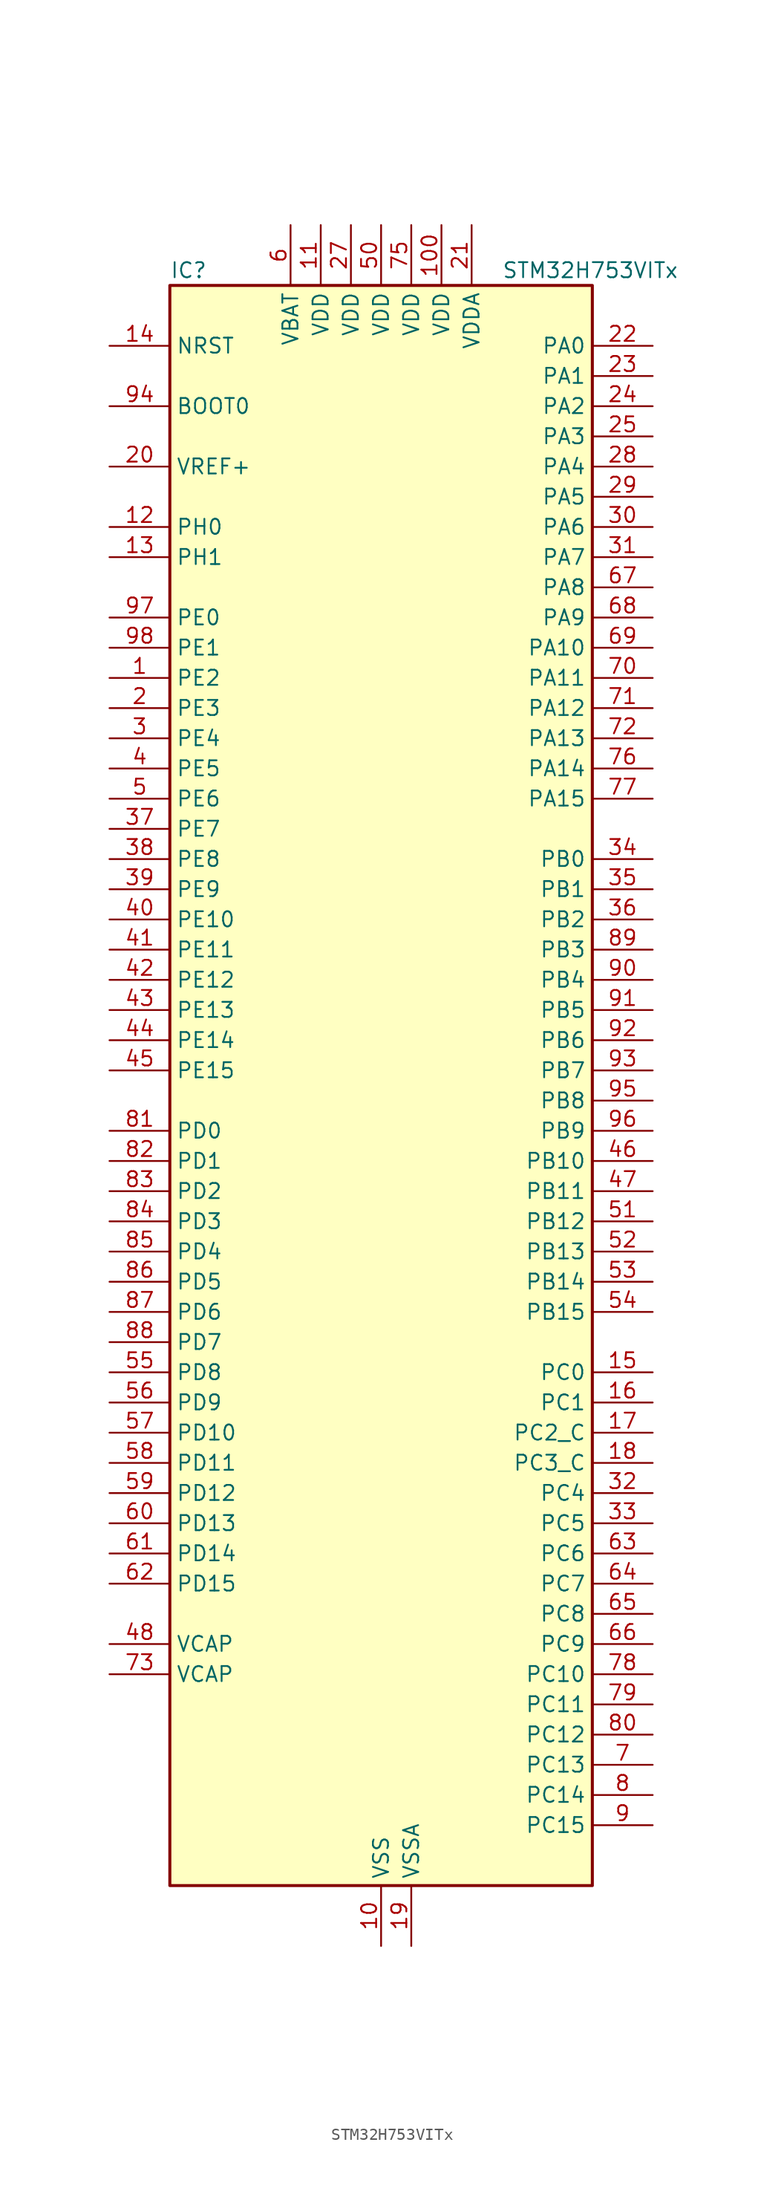
<source format=kicad_sym>
(kicad_symbol_lib
  (version 20231120)
  (generator "kicad_symbol_editor")
  (generator_version "8.0")
  (symbol "STM32H753VITx"
    (property "Reference" "IC"
      (at -17.78 69.85 0)
      (effects (font (size 1.27 1.27)) (justify left)))
    (property "Value" "STM32H753VITx"
      (at 10.16 69.85 0)
      (effects (font (size 1.27 1.27)) (justify left)))
    (symbol "STM32H753VITx_0_1"
      (rectangle (start -17.78 -66.04) (end 17.78 68.58) (stroke (width 0.254) (type default)) (fill (type background))))
    (symbol "STM32H753VITx_1_1"
      (pin bidirectional line (at -22.86 35.56 0) (length 5.08) (name "PE2" (effects (font (size 1.27 1.27)))) (number "1" (effects (font (size 1.27 1.27)))) (alternate "DEBUG_TRACECLK" bidirectional line) (alternate "ETH_TXD3" bidirectional line) (alternate "FMC_A23" bidirectional line) (alternate "QUADSPI_BK1_IO2" bidirectional line) (alternate "SAI1_CK1" bidirectional line) (alternate "SAI1_MCLK_A" bidirectional line) (alternate "SAI4_CK1" bidirectional line) (alternate "SAI4_MCLK_A" bidirectional line) (alternate "SPI4_SCK" bidirectional line))
      (pin power_in line (at 0 -71.12 90) (length 5.08) (name "VSS" (effects (font (size 1.27 1.27)))) (number "10" (effects (font (size 1.27 1.27)))))
      (pin power_in line (at 5.08 73.66 270) (length 5.08) (name "VDD" (effects (font (size 1.27 1.27)))) (number "100" (effects (font (size 1.27 1.27)))))
      (pin power_in line (at -5.08 73.66 270) (length 5.08) (name "VDD" (effects (font (size 1.27 1.27)))) (number "11" (effects (font (size 1.27 1.27)))))
      (pin bidirectional line (at -22.86 48.26 0) (length 5.08) (name "PH0" (effects (font (size 1.27 1.27)))) (number "12" (effects (font (size 1.27 1.27)))) (alternate "RCC_OSC_IN" bidirectional line))
      (pin bidirectional line (at -22.86 45.72 0) (length 5.08) (name "PH1" (effects (font (size 1.27 1.27)))) (number "13" (effects (font (size 1.27 1.27)))) (alternate "RCC_OSC_OUT" bidirectional line))
      (pin input line (at -22.86 63.5 0) (length 5.08) (name "NRST" (effects (font (size 1.27 1.27)))) (number "14" (effects (font (size 1.27 1.27)))))
      (pin bidirectional line (at 22.86 -22.86 180) (length 5.08) (name "PC0" (effects (font (size 1.27 1.27)))) (number "15" (effects (font (size 1.27 1.27)))) (alternate "ADC1_INP10" bidirectional line) (alternate "ADC2_INP10" bidirectional line) (alternate "ADC3_INP10" bidirectional line) (alternate "DFSDM1_CKIN0" bidirectional line) (alternate "DFSDM1_DATIN4" bidirectional line) (alternate "FMC_SDNWE" bidirectional line) (alternate "LTDC_R5" bidirectional line) (alternate "SAI2_FS_B" bidirectional line) (alternate "USB_OTG_HS_ULPI_STP" bidirectional line))
      (pin bidirectional line (at 22.86 -25.4 180) (length 5.08) (name "PC1" (effects (font (size 1.27 1.27)))) (number "16" (effects (font (size 1.27 1.27)))) (alternate "ADC1_INN10" bidirectional line) (alternate "ADC1_INP11" bidirectional line) (alternate "ADC2_INN10" bidirectional line) (alternate "ADC2_INP11" bidirectional line) (alternate "ADC3_INN10" bidirectional line) (alternate "ADC3_INP11" bidirectional line) (alternate "DEBUG_TRACED0" bidirectional line) (alternate "DFSDM1_CKIN4" bidirectional line) (alternate "DFSDM1_DATIN0" bidirectional line) (alternate "ETH_MDC" bidirectional line) (alternate "I2S2_SDO" bidirectional line) (alternate "MDIOS_MDC" bidirectional line) (alternate "PWR_WKUP6" bidirectional line) (alternate "RTC_TAMP3" bidirectional line) (alternate "SAI1_D1" bidirectional line) (alternate "SAI1_SD_A" bidirectional line) (alternate "SAI4_D1" bidirectional line) (alternate "SAI4_SD_A" bidirectional line) (alternate "SDMMC2_CK" bidirectional line) (alternate "SPI2_MOSI" bidirectional line))
      (pin bidirectional line (at 22.86 -27.94 180) (length 5.08) (name "PC2_C" (effects (font (size 1.27 1.27)))) (number "17" (effects (font (size 1.27 1.27)))) (alternate "ADC3_INN1" bidirectional line) (alternate "ADC3_INP0" bidirectional line) (alternate "DFSDM1_CKIN1" bidirectional line) (alternate "DFSDM1_CKOUT" bidirectional line) (alternate "ETH_TXD2" bidirectional line) (alternate "FMC_SDNE0" bidirectional line) (alternate "I2S2_SDI" bidirectional line) (alternate "PWR_CSTOP" bidirectional line) (alternate "SPI2_MISO" bidirectional line) (alternate "USB_OTG_HS_ULPI_DIR" bidirectional line))
      (pin bidirectional line (at 22.86 -30.48 180) (length 5.08) (name "PC3_C" (effects (font (size 1.27 1.27)))) (number "18" (effects (font (size 1.27 1.27)))) (alternate "ADC3_INP1" bidirectional line) (alternate "DFSDM1_DATIN1" bidirectional line) (alternate "ETH_TX_CLK" bidirectional line) (alternate "FMC_SDCKE0" bidirectional line) (alternate "I2S2_SDO" bidirectional line) (alternate "PWR_CSLEEP" bidirectional line) (alternate "SPI2_MOSI" bidirectional line) (alternate "USB_OTG_HS_ULPI_NXT" bidirectional line))
      (pin power_in line (at 2.54 -71.12 90) (length 5.08) (name "VSSA" (effects (font (size 1.27 1.27)))) (number "19" (effects (font (size 1.27 1.27)))))
      (pin bidirectional line (at -22.86 33.02 0) (length 5.08) (name "PE3" (effects (font (size 1.27 1.27)))) (number "2" (effects (font (size 1.27 1.27)))) (alternate "DEBUG_TRACED0" bidirectional line) (alternate "FMC_A19" bidirectional line) (alternate "SAI1_SD_B" bidirectional line) (alternate "SAI4_SD_B" bidirectional line) (alternate "TIM15_BKIN" bidirectional line))
      (pin input line (at -22.86 53.34 0) (length 5.08) (name "VREF+" (effects (font (size 1.27 1.27)))) (number "20" (effects (font (size 1.27 1.27)))) (alternate "VREFBUF_OUT" bidirectional line))
      (pin power_in line (at 7.62 73.66 270) (length 5.08) (name "VDDA" (effects (font (size 1.27 1.27)))) (number "21" (effects (font (size 1.27 1.27)))))
      (pin bidirectional line (at 22.86 63.5 180) (length 5.08) (name "PA0" (effects (font (size 1.27 1.27)))) (number "22" (effects (font (size 1.27 1.27)))) (alternate "ADC1_INP16" bidirectional line) (alternate "ETH_CRS" bidirectional line) (alternate "PWR_WKUP1" bidirectional line) (alternate "SAI2_SD_B" bidirectional line) (alternate "SDMMC2_CMD" bidirectional line) (alternate "TIM15_BKIN" bidirectional line) (alternate "TIM2_CH1" bidirectional line) (alternate "TIM2_ETR" bidirectional line) (alternate "TIM5_CH1" bidirectional line) (alternate "TIM8_ETR" bidirectional line) (alternate "UART4_TX" bidirectional line) (alternate "USART2_CTS" bidirectional line) (alternate "USART2_NSS" bidirectional line))
      (pin bidirectional line (at 22.86 60.96 180) (length 5.08) (name "PA1" (effects (font (size 1.27 1.27)))) (number "23" (effects (font (size 1.27 1.27)))) (alternate "ADC1_INN16" bidirectional line) (alternate "ADC1_INP17" bidirectional line) (alternate "ETH_REF_CLK" bidirectional line) (alternate "ETH_RX_CLK" bidirectional line) (alternate "LPTIM3_OUT" bidirectional line) (alternate "LTDC_R2" bidirectional line) (alternate "QUADSPI_BK1_IO3" bidirectional line) (alternate "SAI2_MCLK_B" bidirectional line) (alternate "TIM15_CH1N" bidirectional line) (alternate "TIM2_CH2" bidirectional line) (alternate "TIM5_CH2" bidirectional line) (alternate "UART4_RX" bidirectional line) (alternate "USART2_DE" bidirectional line) (alternate "USART2_RTS" bidirectional line))
      (pin bidirectional line (at 22.86 58.42 180) (length 5.08) (name "PA2" (effects (font (size 1.27 1.27)))) (number "24" (effects (font (size 1.27 1.27)))) (alternate "ADC1_INP14" bidirectional line) (alternate "ADC2_INP14" bidirectional line) (alternate "ETH_MDIO" bidirectional line) (alternate "LPTIM4_OUT" bidirectional line) (alternate "LTDC_R1" bidirectional line) (alternate "MDIOS_MDIO" bidirectional line) (alternate "PWR_WKUP2" bidirectional line) (alternate "SAI2_SCK_B" bidirectional line) (alternate "TIM15_CH1" bidirectional line) (alternate "TIM2_CH3" bidirectional line) (alternate "TIM5_CH3" bidirectional line) (alternate "USART2_TX" bidirectional line))
      (pin bidirectional line (at 22.86 55.88 180) (length 5.08) (name "PA3" (effects (font (size 1.27 1.27)))) (number "25" (effects (font (size 1.27 1.27)))) (alternate "ADC1_INP15" bidirectional line) (alternate "ADC2_INP15" bidirectional line) (alternate "ETH_COL" bidirectional line) (alternate "LPTIM5_OUT" bidirectional line) (alternate "LTDC_B2" bidirectional line) (alternate "LTDC_B5" bidirectional line) (alternate "TIM15_CH2" bidirectional line) (alternate "TIM2_CH4" bidirectional line) (alternate "TIM5_CH4" bidirectional line) (alternate "USART2_RX" bidirectional line) (alternate "USB_OTG_HS_ULPI_D0" bidirectional line))
      (pin passive line (at 0 -71.12 90) (length 5.08) hide (name "VSS" (effects (font (size 1.27 1.27)))) (number "26" (effects (font (size 1.27 1.27)))))
      (pin power_in line (at -2.54 73.66 270) (length 5.08) (name "VDD" (effects (font (size 1.27 1.27)))) (number "27" (effects (font (size 1.27 1.27)))))
      (pin bidirectional line (at 22.86 53.34 180) (length 5.08) (name "PA4" (effects (font (size 1.27 1.27)))) (number "28" (effects (font (size 1.27 1.27)))) (alternate "ADC1_INP18" bidirectional line) (alternate "ADC2_INP18" bidirectional line) (alternate "DAC1_OUT1" bidirectional line) (alternate "DCMI_HSYNC" bidirectional line) (alternate "I2S1_WS" bidirectional line) (alternate "I2S3_WS" bidirectional line) (alternate "LTDC_VSYNC" bidirectional line) (alternate "SPI1_NSS" bidirectional line) (alternate "SPI3_NSS" bidirectional line) (alternate "SPI6_NSS" bidirectional line) (alternate "TIM5_ETR" bidirectional line) (alternate "USART2_CK" bidirectional line) (alternate "USB_OTG_HS_SOF" bidirectional line))
      (pin bidirectional line (at 22.86 50.8 180) (length 5.08) (name "PA5" (effects (font (size 1.27 1.27)))) (number "29" (effects (font (size 1.27 1.27)))) (alternate "ADC1_INN18" bidirectional line) (alternate "ADC1_INP19" bidirectional line) (alternate "ADC2_INN18" bidirectional line) (alternate "ADC2_INP19" bidirectional line) (alternate "DAC1_OUT2" bidirectional line) (alternate "I2S1_CK" bidirectional line) (alternate "LTDC_R4" bidirectional line) (alternate "PWR_NDSTOP2" bidirectional line) (alternate "SPI1_SCK" bidirectional line) (alternate "SPI6_SCK" bidirectional line) (alternate "TIM2_CH1" bidirectional line) (alternate "TIM2_ETR" bidirectional line) (alternate "TIM8_CH1N" bidirectional line) (alternate "USB_OTG_HS_ULPI_CK" bidirectional line))
      (pin bidirectional line (at -22.86 30.48 0) (length 5.08) (name "PE4" (effects (font (size 1.27 1.27)))) (number "3" (effects (font (size 1.27 1.27)))) (alternate "DCMI_D4" bidirectional line) (alternate "DEBUG_TRACED1" bidirectional line) (alternate "DFSDM1_DATIN3" bidirectional line) (alternate "FMC_A20" bidirectional line) (alternate "LTDC_B0" bidirectional line) (alternate "SAI1_D2" bidirectional line) (alternate "SAI1_FS_A" bidirectional line) (alternate "SAI4_D2" bidirectional line) (alternate "SAI4_FS_A" bidirectional line) (alternate "SPI4_NSS" bidirectional line) (alternate "TIM15_CH1N" bidirectional line))
      (pin bidirectional line (at 22.86 48.26 180) (length 5.08) (name "PA6" (effects (font (size 1.27 1.27)))) (number "30" (effects (font (size 1.27 1.27)))) (alternate "ADC1_INP3" bidirectional line) (alternate "ADC2_INP3" bidirectional line) (alternate "DCMI_PIXCLK" bidirectional line) (alternate "I2S1_SDI" bidirectional line) (alternate "LTDC_G2" bidirectional line) (alternate "MDIOS_MDC" bidirectional line) (alternate "SPI1_MISO" bidirectional line) (alternate "SPI6_MISO" bidirectional line) (alternate "TIM13_CH1" bidirectional line) (alternate "TIM1_BKIN" bidirectional line) (alternate "TIM1_BKIN_COMP1" bidirectional line) (alternate "TIM1_BKIN_COMP2" bidirectional line) (alternate "TIM3_CH1" bidirectional line) (alternate "TIM8_BKIN" bidirectional line) (alternate "TIM8_BKIN_COMP1" bidirectional line) (alternate "TIM8_BKIN_COMP2" bidirectional line))
      (pin bidirectional line (at 22.86 45.72 180) (length 5.08) (name "PA7" (effects (font (size 1.27 1.27)))) (number "31" (effects (font (size 1.27 1.27)))) (alternate "ADC1_INN3" bidirectional line) (alternate "ADC1_INP7" bidirectional line) (alternate "ADC2_INN3" bidirectional line) (alternate "ADC2_INP7" bidirectional line) (alternate "ETH_CRS_DV" bidirectional line) (alternate "ETH_RX_DV" bidirectional line) (alternate "FMC_SDNWE" bidirectional line) (alternate "I2S1_SDO" bidirectional line) (alternate "OPAMP1_VINM" bidirectional line) (alternate "OPAMP1_VINM1" bidirectional line) (alternate "SPI1_MOSI" bidirectional line) (alternate "SPI6_MOSI" bidirectional line) (alternate "TIM14_CH1" bidirectional line) (alternate "TIM1_CH1N" bidirectional line) (alternate "TIM3_CH2" bidirectional line) (alternate "TIM8_CH1N" bidirectional line))
      (pin bidirectional line (at 22.86 -33.02 180) (length 5.08) (name "PC4" (effects (font (size 1.27 1.27)))) (number "32" (effects (font (size 1.27 1.27)))) (alternate "ADC1_INP4" bidirectional line) (alternate "ADC2_INP4" bidirectional line) (alternate "COMP1_INM" bidirectional line) (alternate "DFSDM1_CKIN2" bidirectional line) (alternate "ETH_RXD0" bidirectional line) (alternate "FMC_SDNE0" bidirectional line) (alternate "I2S1_MCK" bidirectional line) (alternate "OPAMP1_VOUT" bidirectional line) (alternate "SPDIFRX1_IN2" bidirectional line))
      (pin bidirectional line (at 22.86 -35.56 180) (length 5.08) (name "PC5" (effects (font (size 1.27 1.27)))) (number "33" (effects (font (size 1.27 1.27)))) (alternate "ADC1_INN4" bidirectional line) (alternate "ADC1_INP8" bidirectional line) (alternate "ADC2_INN4" bidirectional line) (alternate "ADC2_INP8" bidirectional line) (alternate "COMP1_OUT" bidirectional line) (alternate "DFSDM1_DATIN2" bidirectional line) (alternate "ETH_RXD1" bidirectional line) (alternate "FMC_SDCKE0" bidirectional line) (alternate "OPAMP1_VINM" bidirectional line) (alternate "OPAMP1_VINM0" bidirectional line) (alternate "SAI1_D3" bidirectional line) (alternate "SAI4_D3" bidirectional line) (alternate "SPDIFRX1_IN3" bidirectional line))
      (pin bidirectional line (at 22.86 20.32 180) (length 5.08) (name "PB0" (effects (font (size 1.27 1.27)))) (number "34" (effects (font (size 1.27 1.27)))) (alternate "ADC1_INN5" bidirectional line) (alternate "ADC1_INP9" bidirectional line) (alternate "ADC2_INN5" bidirectional line) (alternate "ADC2_INP9" bidirectional line) (alternate "COMP1_INP" bidirectional line) (alternate "DFSDM1_CKOUT" bidirectional line) (alternate "ETH_RXD2" bidirectional line) (alternate "LTDC_G1" bidirectional line) (alternate "LTDC_R3" bidirectional line) (alternate "OPAMP1_VINP" bidirectional line) (alternate "TIM1_CH2N" bidirectional line) (alternate "TIM3_CH3" bidirectional line) (alternate "TIM8_CH2N" bidirectional line) (alternate "UART4_CTS" bidirectional line) (alternate "USB_OTG_HS_ULPI_D1" bidirectional line))
      (pin bidirectional line (at 22.86 17.78 180) (length 5.08) (name "PB1" (effects (font (size 1.27 1.27)))) (number "35" (effects (font (size 1.27 1.27)))) (alternate "ADC1_INP5" bidirectional line) (alternate "ADC2_INP5" bidirectional line) (alternate "COMP1_INM" bidirectional line) (alternate "DFSDM1_DATIN1" bidirectional line) (alternate "ETH_RXD3" bidirectional line) (alternate "LTDC_G0" bidirectional line) (alternate "LTDC_R6" bidirectional line) (alternate "TIM1_CH3N" bidirectional line) (alternate "TIM3_CH4" bidirectional line) (alternate "TIM8_CH3N" bidirectional line) (alternate "USB_OTG_HS_ULPI_D2" bidirectional line))
      (pin bidirectional line (at 22.86 15.24 180) (length 5.08) (name "PB2" (effects (font (size 1.27 1.27)))) (number "36" (effects (font (size 1.27 1.27)))) (alternate "COMP1_INP" bidirectional line) (alternate "DFSDM1_CKIN1" bidirectional line) (alternate "ETH_TX_ER" bidirectional line) (alternate "I2S3_SDO" bidirectional line) (alternate "QUADSPI_CLK" bidirectional line) (alternate "RTC_OUT_ALARM" bidirectional line) (alternate "RTC_OUT_CALIB" bidirectional line) (alternate "SAI1_D1" bidirectional line) (alternate "SAI1_SD_A" bidirectional line) (alternate "SAI4_D1" bidirectional line) (alternate "SAI4_SD_A" bidirectional line) (alternate "SPI3_MOSI" bidirectional line))
      (pin bidirectional line (at -22.86 22.86 0) (length 5.08) (name "PE7" (effects (font (size 1.27 1.27)))) (number "37" (effects (font (size 1.27 1.27)))) (alternate "COMP2_INM" bidirectional line) (alternate "DFSDM1_DATIN2" bidirectional line) (alternate "FMC_D4" bidirectional line) (alternate "FMC_DA4" bidirectional line) (alternate "OPAMP2_VOUT" bidirectional line) (alternate "QUADSPI_BK2_IO0" bidirectional line) (alternate "TIM1_ETR" bidirectional line) (alternate "UART7_RX" bidirectional line))
      (pin bidirectional line (at -22.86 20.32 0) (length 5.08) (name "PE8" (effects (font (size 1.27 1.27)))) (number "38" (effects (font (size 1.27 1.27)))) (alternate "COMP2_OUT" bidirectional line) (alternate "DFSDM1_CKIN2" bidirectional line) (alternate "FMC_D5" bidirectional line) (alternate "FMC_DA5" bidirectional line) (alternate "OPAMP2_VINM" bidirectional line) (alternate "OPAMP2_VINM0" bidirectional line) (alternate "QUADSPI_BK2_IO1" bidirectional line) (alternate "TIM1_CH1N" bidirectional line) (alternate "UART7_TX" bidirectional line))
      (pin bidirectional line (at -22.86 17.78 0) (length 5.08) (name "PE9" (effects (font (size 1.27 1.27)))) (number "39" (effects (font (size 1.27 1.27)))) (alternate "COMP2_INP" bidirectional line) (alternate "DAC1_EXTI9" bidirectional line) (alternate "DFSDM1_CKOUT" bidirectional line) (alternate "FMC_D6" bidirectional line) (alternate "FMC_DA6" bidirectional line) (alternate "OPAMP2_VINP" bidirectional line) (alternate "QUADSPI_BK2_IO2" bidirectional line) (alternate "TIM1_CH1" bidirectional line) (alternate "UART7_DE" bidirectional line) (alternate "UART7_RTS" bidirectional line))
      (pin bidirectional line (at -22.86 27.94 0) (length 5.08) (name "PE5" (effects (font (size 1.27 1.27)))) (number "4" (effects (font (size 1.27 1.27)))) (alternate "DCMI_D6" bidirectional line) (alternate "DEBUG_TRACED2" bidirectional line) (alternate "DFSDM1_CKIN3" bidirectional line) (alternate "FMC_A21" bidirectional line) (alternate "LTDC_G0" bidirectional line) (alternate "SAI1_CK2" bidirectional line) (alternate "SAI1_SCK_A" bidirectional line) (alternate "SAI4_CK2" bidirectional line) (alternate "SAI4_SCK_A" bidirectional line) (alternate "SPI4_MISO" bidirectional line) (alternate "TIM15_CH1" bidirectional line))
      (pin bidirectional line (at -22.86 15.24 0) (length 5.08) (name "PE10" (effects (font (size 1.27 1.27)))) (number "40" (effects (font (size 1.27 1.27)))) (alternate "COMP2_INM" bidirectional line) (alternate "DFSDM1_DATIN4" bidirectional line) (alternate "FMC_D7" bidirectional line) (alternate "FMC_DA7" bidirectional line) (alternate "QUADSPI_BK2_IO3" bidirectional line) (alternate "TIM1_CH2N" bidirectional line) (alternate "UART7_CTS" bidirectional line))
      (pin bidirectional line (at -22.86 12.7 0) (length 5.08) (name "PE11" (effects (font (size 1.27 1.27)))) (number "41" (effects (font (size 1.27 1.27)))) (alternate "ADC1_EXTI11" bidirectional line) (alternate "ADC2_EXTI11" bidirectional line) (alternate "ADC3_EXTI11" bidirectional line) (alternate "COMP2_INP" bidirectional line) (alternate "DFSDM1_CKIN4" bidirectional line) (alternate "FMC_D8" bidirectional line) (alternate "FMC_DA8" bidirectional line) (alternate "LTDC_G3" bidirectional line) (alternate "SAI2_SD_B" bidirectional line) (alternate "SPI4_NSS" bidirectional line) (alternate "TIM1_CH2" bidirectional line))
      (pin bidirectional line (at -22.86 10.16 0) (length 5.08) (name "PE12" (effects (font (size 1.27 1.27)))) (number "42" (effects (font (size 1.27 1.27)))) (alternate "COMP1_OUT" bidirectional line) (alternate "DFSDM1_DATIN5" bidirectional line) (alternate "FMC_D9" bidirectional line) (alternate "FMC_DA9" bidirectional line) (alternate "LTDC_B4" bidirectional line) (alternate "SAI2_SCK_B" bidirectional line) (alternate "SPI4_SCK" bidirectional line) (alternate "TIM1_CH3N" bidirectional line))
      (pin bidirectional line (at -22.86 7.62 0) (length 5.08) (name "PE13" (effects (font (size 1.27 1.27)))) (number "43" (effects (font (size 1.27 1.27)))) (alternate "COMP2_OUT" bidirectional line) (alternate "DFSDM1_CKIN5" bidirectional line) (alternate "FMC_D10" bidirectional line) (alternate "FMC_DA10" bidirectional line) (alternate "LTDC_DE" bidirectional line) (alternate "SAI2_FS_B" bidirectional line) (alternate "SPI4_MISO" bidirectional line) (alternate "TIM1_CH3" bidirectional line))
      (pin bidirectional line (at -22.86 5.08 0) (length 5.08) (name "PE14" (effects (font (size 1.27 1.27)))) (number "44" (effects (font (size 1.27 1.27)))) (alternate "FMC_D11" bidirectional line) (alternate "FMC_DA11" bidirectional line) (alternate "LTDC_CLK" bidirectional line) (alternate "SAI2_MCLK_B" bidirectional line) (alternate "SPI4_MOSI" bidirectional line) (alternate "TIM1_CH4" bidirectional line))
      (pin bidirectional line (at -22.86 2.54 0) (length 5.08) (name "PE15" (effects (font (size 1.27 1.27)))) (number "45" (effects (font (size 1.27 1.27)))) (alternate "ADC1_EXTI15" bidirectional line) (alternate "ADC2_EXTI15" bidirectional line) (alternate "ADC3_EXTI15" bidirectional line) (alternate "FMC_D12" bidirectional line) (alternate "FMC_DA12" bidirectional line) (alternate "LTDC_R7" bidirectional line) (alternate "TIM1_BKIN" bidirectional line) (alternate "TIM1_BKIN_COMP1" bidirectional line) (alternate "TIM1_BKIN_COMP2" bidirectional line))
      (pin bidirectional line (at 22.86 -5.08 180) (length 5.08) (name "PB10" (effects (font (size 1.27 1.27)))) (number "46" (effects (font (size 1.27 1.27)))) (alternate "DFSDM1_DATIN7" bidirectional line) (alternate "ETH_RX_ER" bidirectional line) (alternate "HRTIM_SCOUT" bidirectional line) (alternate "I2C2_SCL" bidirectional line) (alternate "I2S2_CK" bidirectional line) (alternate "LPTIM2_IN1" bidirectional line) (alternate "LTDC_G4" bidirectional line) (alternate "QUADSPI_BK1_NCS" bidirectional line) (alternate "SPI2_SCK" bidirectional line) (alternate "TIM2_CH3" bidirectional line) (alternate "USART3_TX" bidirectional line) (alternate "USB_OTG_HS_ULPI_D3" bidirectional line))
      (pin bidirectional line (at 22.86 -7.62 180) (length 5.08) (name "PB11" (effects (font (size 1.27 1.27)))) (number "47" (effects (font (size 1.27 1.27)))) (alternate "ADC1_EXTI11" bidirectional line) (alternate "ADC2_EXTI11" bidirectional line) (alternate "ADC3_EXTI11" bidirectional line) (alternate "DFSDM1_CKIN7" bidirectional line) (alternate "ETH_TX_EN" bidirectional line) (alternate "HRTIM_SCIN" bidirectional line) (alternate "I2C2_SDA" bidirectional line) (alternate "LPTIM2_ETR" bidirectional line) (alternate "LTDC_G5" bidirectional line) (alternate "TIM2_CH4" bidirectional line) (alternate "USART3_RX" bidirectional line) (alternate "USB_OTG_HS_ULPI_D4" bidirectional line))
      (pin power_out line (at -22.86 -45.72 0) (length 5.08) (name "VCAP" (effects (font (size 1.27 1.27)))) (number "48" (effects (font (size 1.27 1.27)))))
      (pin passive line (at 0 -71.12 90) (length 5.08) hide (name "VSS" (effects (font (size 1.27 1.27)))) (number "49" (effects (font (size 1.27 1.27)))))
      (pin bidirectional line (at -22.86 25.4 0) (length 5.08) (name "PE6" (effects (font (size 1.27 1.27)))) (number "5" (effects (font (size 1.27 1.27)))) (alternate "DCMI_D7" bidirectional line) (alternate "DEBUG_TRACED3" bidirectional line) (alternate "FMC_A22" bidirectional line) (alternate "LTDC_G1" bidirectional line) (alternate "SAI1_D1" bidirectional line) (alternate "SAI1_SD_A" bidirectional line) (alternate "SAI2_MCLK_B" bidirectional line) (alternate "SAI4_D1" bidirectional line) (alternate "SAI4_SD_A" bidirectional line) (alternate "SPI4_MOSI" bidirectional line) (alternate "TIM15_CH2" bidirectional line) (alternate "TIM1_BKIN2" bidirectional line) (alternate "TIM1_BKIN2_COMP1" bidirectional line) (alternate "TIM1_BKIN2_COMP2" bidirectional line))
      (pin power_in line (at 0 73.66 270) (length 5.08) (name "VDD" (effects (font (size 1.27 1.27)))) (number "50" (effects (font (size 1.27 1.27)))))
      (pin bidirectional line (at 22.86 -10.16 180) (length 5.08) (name "PB12" (effects (font (size 1.27 1.27)))) (number "51" (effects (font (size 1.27 1.27)))) (alternate "DFSDM1_DATIN1" bidirectional line) (alternate "ETH_TXD0" bidirectional line) (alternate "FDCAN2_RX" bidirectional line) (alternate "I2C2_SMBA" bidirectional line) (alternate "I2S2_WS" bidirectional line) (alternate "SPI2_NSS" bidirectional line) (alternate "TIM1_BKIN" bidirectional line) (alternate "TIM1_BKIN_COMP1" bidirectional line) (alternate "TIM1_BKIN_COMP2" bidirectional line) (alternate "UART5_RX" bidirectional line) (alternate "USART3_CK" bidirectional line) (alternate "USB_OTG_HS_ID" bidirectional line) (alternate "USB_OTG_HS_ULPI_D5" bidirectional line))
      (pin bidirectional line (at 22.86 -12.7 180) (length 5.08) (name "PB13" (effects (font (size 1.27 1.27)))) (number "52" (effects (font (size 1.27 1.27)))) (alternate "DFSDM1_CKIN1" bidirectional line) (alternate "ETH_TXD1" bidirectional line) (alternate "FDCAN2_TX" bidirectional line) (alternate "I2S2_CK" bidirectional line) (alternate "LPTIM2_OUT" bidirectional line) (alternate "SPI2_SCK" bidirectional line) (alternate "TIM1_CH1N" bidirectional line) (alternate "UART5_TX" bidirectional line) (alternate "USART3_CTS" bidirectional line) (alternate "USART3_NSS" bidirectional line) (alternate "USB_OTG_HS_ULPI_D6" bidirectional line) (alternate "USB_OTG_HS_VBUS" bidirectional line))
      (pin bidirectional line (at 22.86 -15.24 180) (length 5.08) (name "PB14" (effects (font (size 1.27 1.27)))) (number "53" (effects (font (size 1.27 1.27)))) (alternate "DFSDM1_DATIN2" bidirectional line) (alternate "I2S2_SDI" bidirectional line) (alternate "SDMMC2_D0" bidirectional line) (alternate "SPI2_MISO" bidirectional line) (alternate "TIM12_CH1" bidirectional line) (alternate "TIM1_CH2N" bidirectional line) (alternate "TIM8_CH2N" bidirectional line) (alternate "UART4_DE" bidirectional line) (alternate "UART4_RTS" bidirectional line) (alternate "USART1_TX" bidirectional line) (alternate "USART3_DE" bidirectional line) (alternate "USART3_RTS" bidirectional line) (alternate "USB_OTG_HS_DM" bidirectional line))
      (pin bidirectional line (at 22.86 -17.78 180) (length 5.08) (name "PB15" (effects (font (size 1.27 1.27)))) (number "54" (effects (font (size 1.27 1.27)))) (alternate "ADC1_EXTI15" bidirectional line) (alternate "ADC2_EXTI15" bidirectional line) (alternate "ADC3_EXTI15" bidirectional line) (alternate "DFSDM1_CKIN2" bidirectional line) (alternate "I2S2_SDO" bidirectional line) (alternate "RTC_REFIN" bidirectional line) (alternate "SDMMC2_D1" bidirectional line) (alternate "SPI2_MOSI" bidirectional line) (alternate "TIM12_CH2" bidirectional line) (alternate "TIM1_CH3N" bidirectional line) (alternate "TIM8_CH3N" bidirectional line) (alternate "UART4_CTS" bidirectional line) (alternate "USART1_RX" bidirectional line) (alternate "USB_OTG_HS_DP" bidirectional line))
      (pin bidirectional line (at -22.86 -22.86 0) (length 5.08) (name "PD8" (effects (font (size 1.27 1.27)))) (number "55" (effects (font (size 1.27 1.27)))) (alternate "DFSDM1_CKIN3" bidirectional line) (alternate "FMC_D13" bidirectional line) (alternate "FMC_DA13" bidirectional line) (alternate "SAI3_SCK_B" bidirectional line) (alternate "SPDIFRX1_IN1" bidirectional line) (alternate "USART3_TX" bidirectional line))
      (pin bidirectional line (at -22.86 -25.4 0) (length 5.08) (name "PD9" (effects (font (size 1.27 1.27)))) (number "56" (effects (font (size 1.27 1.27)))) (alternate "DAC1_EXTI9" bidirectional line) (alternate "DFSDM1_DATIN3" bidirectional line) (alternate "FMC_D14" bidirectional line) (alternate "FMC_DA14" bidirectional line) (alternate "SAI3_SD_B" bidirectional line) (alternate "USART3_RX" bidirectional line))
      (pin bidirectional line (at -22.86 -27.94 0) (length 5.08) (name "PD10" (effects (font (size 1.27 1.27)))) (number "57" (effects (font (size 1.27 1.27)))) (alternate "DFSDM1_CKOUT" bidirectional line) (alternate "FMC_D15" bidirectional line) (alternate "FMC_DA15" bidirectional line) (alternate "LTDC_B3" bidirectional line) (alternate "SAI3_FS_B" bidirectional line) (alternate "USART3_CK" bidirectional line))
      (pin bidirectional line (at -22.86 -30.48 0) (length 5.08) (name "PD11" (effects (font (size 1.27 1.27)))) (number "58" (effects (font (size 1.27 1.27)))) (alternate "ADC1_EXTI11" bidirectional line) (alternate "ADC2_EXTI11" bidirectional line) (alternate "ADC3_EXTI11" bidirectional line) (alternate "FMC_A16" bidirectional line) (alternate "FMC_CLE" bidirectional line) (alternate "I2C4_SMBA" bidirectional line) (alternate "LPTIM2_IN2" bidirectional line) (alternate "QUADSPI_BK1_IO0" bidirectional line) (alternate "SAI2_SD_A" bidirectional line) (alternate "USART3_CTS" bidirectional line) (alternate "USART3_NSS" bidirectional line))
      (pin bidirectional line (at -22.86 -33.02 0) (length 5.08) (name "PD12" (effects (font (size 1.27 1.27)))) (number "59" (effects (font (size 1.27 1.27)))) (alternate "FMC_A17" bidirectional line) (alternate "FMC_ALE" bidirectional line) (alternate "I2C4_SCL" bidirectional line) (alternate "LPTIM1_IN1" bidirectional line) (alternate "LPTIM2_IN1" bidirectional line) (alternate "QUADSPI_BK1_IO1" bidirectional line) (alternate "SAI2_FS_A" bidirectional line) (alternate "TIM4_CH1" bidirectional line) (alternate "USART3_DE" bidirectional line) (alternate "USART3_RTS" bidirectional line))
      (pin power_in line (at -7.62 73.66 270) (length 5.08) (name "VBAT" (effects (font (size 1.27 1.27)))) (number "6" (effects (font (size 1.27 1.27)))))
      (pin bidirectional line (at -22.86 -35.56 0) (length 5.08) (name "PD13" (effects (font (size 1.27 1.27)))) (number "60" (effects (font (size 1.27 1.27)))) (alternate "FMC_A18" bidirectional line) (alternate "I2C4_SDA" bidirectional line) (alternate "LPTIM1_OUT" bidirectional line) (alternate "QUADSPI_BK1_IO3" bidirectional line) (alternate "SAI2_SCK_A" bidirectional line) (alternate "TIM4_CH2" bidirectional line))
      (pin bidirectional line (at -22.86 -38.1 0) (length 5.08) (name "PD14" (effects (font (size 1.27 1.27)))) (number "61" (effects (font (size 1.27 1.27)))) (alternate "FMC_D0" bidirectional line) (alternate "FMC_DA0" bidirectional line) (alternate "SAI3_MCLK_B" bidirectional line) (alternate "TIM4_CH3" bidirectional line) (alternate "UART8_CTS" bidirectional line))
      (pin bidirectional line (at -22.86 -40.64 0) (length 5.08) (name "PD15" (effects (font (size 1.27 1.27)))) (number "62" (effects (font (size 1.27 1.27)))) (alternate "ADC1_EXTI15" bidirectional line) (alternate "ADC2_EXTI15" bidirectional line) (alternate "ADC3_EXTI15" bidirectional line) (alternate "FMC_D1" bidirectional line) (alternate "FMC_DA1" bidirectional line) (alternate "SAI3_MCLK_A" bidirectional line) (alternate "TIM4_CH4" bidirectional line) (alternate "UART8_DE" bidirectional line) (alternate "UART8_RTS" bidirectional line))
      (pin bidirectional line (at 22.86 -38.1 180) (length 5.08) (name "PC6" (effects (font (size 1.27 1.27)))) (number "63" (effects (font (size 1.27 1.27)))) (alternate "DCMI_D0" bidirectional line) (alternate "DFSDM1_CKIN3" bidirectional line) (alternate "FMC_NWAIT" bidirectional line) (alternate "HRTIM_CHA1" bidirectional line) (alternate "I2S2_MCK" bidirectional line) (alternate "LTDC_HSYNC" bidirectional line) (alternate "SDMMC1_D0DIR" bidirectional line) (alternate "SDMMC1_D6" bidirectional line) (alternate "SDMMC2_D6" bidirectional line) (alternate "SWPMI1_IO" bidirectional line) (alternate "TIM3_CH1" bidirectional line) (alternate "TIM8_CH1" bidirectional line) (alternate "USART6_TX" bidirectional line))
      (pin bidirectional line (at 22.86 -40.64 180) (length 5.08) (name "PC7" (effects (font (size 1.27 1.27)))) (number "64" (effects (font (size 1.27 1.27)))) (alternate "DCMI_D1" bidirectional line) (alternate "DEBUG_TRGIO" bidirectional line) (alternate "DFSDM1_DATIN3" bidirectional line) (alternate "FMC_NE1" bidirectional line) (alternate "HRTIM_CHA2" bidirectional line) (alternate "I2S3_MCK" bidirectional line) (alternate "LTDC_G6" bidirectional line) (alternate "SDMMC1_D123DIR" bidirectional line) (alternate "SDMMC1_D7" bidirectional line) (alternate "SDMMC2_D7" bidirectional line) (alternate "SWPMI1_TX" bidirectional line) (alternate "TIM3_CH2" bidirectional line) (alternate "TIM8_CH2" bidirectional line) (alternate "USART6_RX" bidirectional line))
      (pin bidirectional line (at 22.86 -43.18 180) (length 5.08) (name "PC8" (effects (font (size 1.27 1.27)))) (number "65" (effects (font (size 1.27 1.27)))) (alternate "DCMI_D2" bidirectional line) (alternate "DEBUG_TRACED1" bidirectional line) (alternate "FMC_NCE" bidirectional line) (alternate "FMC_NE2" bidirectional line) (alternate "HRTIM_CHB1" bidirectional line) (alternate "SDMMC1_D0" bidirectional line) (alternate "SWPMI1_RX" bidirectional line) (alternate "TIM3_CH3" bidirectional line) (alternate "TIM8_CH3" bidirectional line) (alternate "UART5_DE" bidirectional line) (alternate "UART5_RTS" bidirectional line) (alternate "USART6_CK" bidirectional line))
      (pin bidirectional line (at 22.86 -45.72 180) (length 5.08) (name "PC9" (effects (font (size 1.27 1.27)))) (number "66" (effects (font (size 1.27 1.27)))) (alternate "DAC1_EXTI9" bidirectional line) (alternate "DCMI_D3" bidirectional line) (alternate "I2C3_SDA" bidirectional line) (alternate "I2S_CKIN" bidirectional line) (alternate "LTDC_B2" bidirectional line) (alternate "LTDC_G3" bidirectional line) (alternate "QUADSPI_BK1_IO0" bidirectional line) (alternate "RCC_MCO_2" bidirectional line) (alternate "SDMMC1_D1" bidirectional line) (alternate "SWPMI1_SUSPEND" bidirectional line) (alternate "TIM3_CH4" bidirectional line) (alternate "TIM8_CH4" bidirectional line) (alternate "UART5_CTS" bidirectional line))
      (pin bidirectional line (at 22.86 43.18 180) (length 5.08) (name "PA8" (effects (font (size 1.27 1.27)))) (number "67" (effects (font (size 1.27 1.27)))) (alternate "HRTIM_CHB2" bidirectional line) (alternate "I2C3_SCL" bidirectional line) (alternate "LTDC_B3" bidirectional line) (alternate "LTDC_R6" bidirectional line) (alternate "RCC_MCO_1" bidirectional line) (alternate "TIM1_CH1" bidirectional line) (alternate "TIM8_BKIN2" bidirectional line) (alternate "TIM8_BKIN2_COMP1" bidirectional line) (alternate "TIM8_BKIN2_COMP2" bidirectional line) (alternate "UART7_RX" bidirectional line) (alternate "USART1_CK" bidirectional line) (alternate "USB_OTG_FS_SOF" bidirectional line))
      (pin bidirectional line (at 22.86 40.64 180) (length 5.08) (name "PA9" (effects (font (size 1.27 1.27)))) (number "68" (effects (font (size 1.27 1.27)))) (alternate "DAC1_EXTI9" bidirectional line) (alternate "DCMI_D0" bidirectional line) (alternate "ETH_TX_ER" bidirectional line) (alternate "HRTIM_CHC1" bidirectional line) (alternate "I2C3_SMBA" bidirectional line) (alternate "I2S2_CK" bidirectional line) (alternate "LPUART1_TX" bidirectional line) (alternate "LTDC_R5" bidirectional line) (alternate "SPI2_SCK" bidirectional line) (alternate "TIM1_CH2" bidirectional line) (alternate "USART1_TX" bidirectional line) (alternate "USB_OTG_FS_VBUS" bidirectional line))
      (pin bidirectional line (at 22.86 38.1 180) (length 5.08) (name "PA10" (effects (font (size 1.27 1.27)))) (number "69" (effects (font (size 1.27 1.27)))) (alternate "DCMI_D1" bidirectional line) (alternate "HRTIM_CHC2" bidirectional line) (alternate "LPUART1_RX" bidirectional line) (alternate "LTDC_B1" bidirectional line) (alternate "LTDC_B4" bidirectional line) (alternate "MDIOS_MDIO" bidirectional line) (alternate "TIM1_CH3" bidirectional line) (alternate "USART1_RX" bidirectional line) (alternate "USB_OTG_FS_ID" bidirectional line))
      (pin bidirectional line (at 22.86 -55.88 180) (length 5.08) (name "PC13" (effects (font (size 1.27 1.27)))) (number "7" (effects (font (size 1.27 1.27)))) (alternate "PWR_WKUP4" bidirectional line) (alternate "RTC_OUT_ALARM" bidirectional line) (alternate "RTC_OUT_CALIB" bidirectional line) (alternate "RTC_TAMP1" bidirectional line) (alternate "RTC_TS" bidirectional line))
      (pin bidirectional line (at 22.86 35.56 180) (length 5.08) (name "PA11" (effects (font (size 1.27 1.27)))) (number "70" (effects (font (size 1.27 1.27)))) (alternate "ADC1_EXTI11" bidirectional line) (alternate "ADC2_EXTI11" bidirectional line) (alternate "ADC3_EXTI11" bidirectional line) (alternate "FDCAN1_RX" bidirectional line) (alternate "HRTIM_CHD1" bidirectional line) (alternate "I2S2_WS" bidirectional line) (alternate "LPUART1_CTS" bidirectional line) (alternate "LTDC_R4" bidirectional line) (alternate "SPI2_NSS" bidirectional line) (alternate "TIM1_CH4" bidirectional line) (alternate "UART4_RX" bidirectional line) (alternate "USART1_CTS" bidirectional line) (alternate "USART1_NSS" bidirectional line) (alternate "USB_OTG_FS_DM" bidirectional line))
      (pin bidirectional line (at 22.86 33.02 180) (length 5.08) (name "PA12" (effects (font (size 1.27 1.27)))) (number "71" (effects (font (size 1.27 1.27)))) (alternate "FDCAN1_TX" bidirectional line) (alternate "HRTIM_CHD2" bidirectional line) (alternate "I2S2_CK" bidirectional line) (alternate "LPUART1_DE" bidirectional line) (alternate "LPUART1_RTS" bidirectional line) (alternate "LTDC_R5" bidirectional line) (alternate "SAI2_FS_B" bidirectional line) (alternate "SPI2_SCK" bidirectional line) (alternate "TIM1_ETR" bidirectional line) (alternate "UART4_TX" bidirectional line) (alternate "USART1_DE" bidirectional line) (alternate "USART1_RTS" bidirectional line) (alternate "USB_OTG_FS_DP" bidirectional line))
      (pin bidirectional line (at 22.86 30.48 180) (length 5.08) (name "PA13" (effects (font (size 1.27 1.27)))) (number "72" (effects (font (size 1.27 1.27)))) (alternate "DEBUG_JTMS-SWDIO" bidirectional line))
      (pin power_out line (at -22.86 -48.26 0) (length 5.08) (name "VCAP" (effects (font (size 1.27 1.27)))) (number "73" (effects (font (size 1.27 1.27)))))
      (pin passive line (at 0 -71.12 90) (length 5.08) hide (name "VSS" (effects (font (size 1.27 1.27)))) (number "74" (effects (font (size 1.27 1.27)))))
      (pin power_in line (at 2.54 73.66 270) (length 5.08) (name "VDD" (effects (font (size 1.27 1.27)))) (number "75" (effects (font (size 1.27 1.27)))))
      (pin bidirectional line (at 22.86 27.94 180) (length 5.08) (name "PA14" (effects (font (size 1.27 1.27)))) (number "76" (effects (font (size 1.27 1.27)))) (alternate "DEBUG_JTCK-SWCLK" bidirectional line))
      (pin bidirectional line (at 22.86 25.4 180) (length 5.08) (name "PA15" (effects (font (size 1.27 1.27)))) (number "77" (effects (font (size 1.27 1.27)))) (alternate "ADC1_EXTI15" bidirectional line) (alternate "ADC2_EXTI15" bidirectional line) (alternate "ADC3_EXTI15" bidirectional line) (alternate "CEC" bidirectional line) (alternate "DEBUG_JTDI" bidirectional line) (alternate "HRTIM_FLT1" bidirectional line) (alternate "I2S1_WS" bidirectional line) (alternate "I2S3_WS" bidirectional line) (alternate "SPI1_NSS" bidirectional line) (alternate "SPI3_NSS" bidirectional line) (alternate "SPI6_NSS" bidirectional line) (alternate "TIM2_CH1" bidirectional line) (alternate "TIM2_ETR" bidirectional line) (alternate "UART4_DE" bidirectional line) (alternate "UART4_RTS" bidirectional line) (alternate "UART7_TX" bidirectional line))
      (pin bidirectional line (at 22.86 -48.26 180) (length 5.08) (name "PC10" (effects (font (size 1.27 1.27)))) (number "78" (effects (font (size 1.27 1.27)))) (alternate "DCMI_D8" bidirectional line) (alternate "DFSDM1_CKIN5" bidirectional line) (alternate "HRTIM_EEV1" bidirectional line) (alternate "I2S3_CK" bidirectional line) (alternate "LTDC_R2" bidirectional line) (alternate "QUADSPI_BK1_IO1" bidirectional line) (alternate "SDMMC1_D2" bidirectional line) (alternate "SPI3_SCK" bidirectional line) (alternate "UART4_TX" bidirectional line) (alternate "USART3_TX" bidirectional line))
      (pin bidirectional line (at 22.86 -50.8 180) (length 5.08) (name "PC11" (effects (font (size 1.27 1.27)))) (number "79" (effects (font (size 1.27 1.27)))) (alternate "ADC1_EXTI11" bidirectional line) (alternate "ADC2_EXTI11" bidirectional line) (alternate "ADC3_EXTI11" bidirectional line) (alternate "DCMI_D4" bidirectional line) (alternate "DFSDM1_DATIN5" bidirectional line) (alternate "HRTIM_FLT2" bidirectional line) (alternate "I2S3_SDI" bidirectional line) (alternate "QUADSPI_BK2_NCS" bidirectional line) (alternate "SDMMC1_D3" bidirectional line) (alternate "SPI3_MISO" bidirectional line) (alternate "UART4_RX" bidirectional line) (alternate "USART3_RX" bidirectional line))
      (pin bidirectional line (at 22.86 -58.42 180) (length 5.08) (name "PC14" (effects (font (size 1.27 1.27)))) (number "8" (effects (font (size 1.27 1.27)))) (alternate "RCC_OSC32_IN" bidirectional line))
      (pin bidirectional line (at 22.86 -53.34 180) (length 5.08) (name "PC12" (effects (font (size 1.27 1.27)))) (number "80" (effects (font (size 1.27 1.27)))) (alternate "DCMI_D9" bidirectional line) (alternate "DEBUG_TRACED3" bidirectional line) (alternate "HRTIM_EEV2" bidirectional line) (alternate "I2S3_SDO" bidirectional line) (alternate "SDMMC1_CK" bidirectional line) (alternate "SPI3_MOSI" bidirectional line) (alternate "UART5_TX" bidirectional line) (alternate "USART3_CK" bidirectional line))
      (pin bidirectional line (at -22.86 -2.54 0) (length 5.08) (name "PD0" (effects (font (size 1.27 1.27)))) (number "81" (effects (font (size 1.27 1.27)))) (alternate "DFSDM1_CKIN6" bidirectional line) (alternate "FDCAN1_RX" bidirectional line) (alternate "FMC_D2" bidirectional line) (alternate "FMC_DA2" bidirectional line) (alternate "SAI3_SCK_A" bidirectional line) (alternate "UART4_RX" bidirectional line))
      (pin bidirectional line (at -22.86 -5.08 0) (length 5.08) (name "PD1" (effects (font (size 1.27 1.27)))) (number "82" (effects (font (size 1.27 1.27)))) (alternate "DFSDM1_DATIN6" bidirectional line) (alternate "FDCAN1_TX" bidirectional line) (alternate "FMC_D3" bidirectional line) (alternate "FMC_DA3" bidirectional line) (alternate "SAI3_SD_A" bidirectional line) (alternate "UART4_TX" bidirectional line))
      (pin bidirectional line (at -22.86 -7.62 0) (length 5.08) (name "PD2" (effects (font (size 1.27 1.27)))) (number "83" (effects (font (size 1.27 1.27)))) (alternate "DCMI_D11" bidirectional line) (alternate "DEBUG_TRACED2" bidirectional line) (alternate "SDMMC1_CMD" bidirectional line) (alternate "TIM3_ETR" bidirectional line) (alternate "UART5_RX" bidirectional line))
      (pin bidirectional line (at -22.86 -10.16 0) (length 5.08) (name "PD3" (effects (font (size 1.27 1.27)))) (number "84" (effects (font (size 1.27 1.27)))) (alternate "DCMI_D5" bidirectional line) (alternate "DFSDM1_CKOUT" bidirectional line) (alternate "FMC_CLK" bidirectional line) (alternate "I2S2_CK" bidirectional line) (alternate "LTDC_G7" bidirectional line) (alternate "SPI2_SCK" bidirectional line) (alternate "USART2_CTS" bidirectional line) (alternate "USART2_NSS" bidirectional line))
      (pin bidirectional line (at -22.86 -12.7 0) (length 5.08) (name "PD4" (effects (font (size 1.27 1.27)))) (number "85" (effects (font (size 1.27 1.27)))) (alternate "FMC_NOE" bidirectional line) (alternate "HRTIM_FLT3" bidirectional line) (alternate "SAI3_FS_A" bidirectional line) (alternate "USART2_DE" bidirectional line) (alternate "USART2_RTS" bidirectional line))
      (pin bidirectional line (at -22.86 -15.24 0) (length 5.08) (name "PD5" (effects (font (size 1.27 1.27)))) (number "86" (effects (font (size 1.27 1.27)))) (alternate "FMC_NWE" bidirectional line) (alternate "HRTIM_EEV3" bidirectional line) (alternate "USART2_TX" bidirectional line))
      (pin bidirectional line (at -22.86 -17.78 0) (length 5.08) (name "PD6" (effects (font (size 1.27 1.27)))) (number "87" (effects (font (size 1.27 1.27)))) (alternate "DCMI_D10" bidirectional line) (alternate "DFSDM1_CKIN4" bidirectional line) (alternate "DFSDM1_DATIN1" bidirectional line) (alternate "FMC_NWAIT" bidirectional line) (alternate "I2S3_SDO" bidirectional line) (alternate "LTDC_B2" bidirectional line) (alternate "SAI1_D1" bidirectional line) (alternate "SAI1_SD_A" bidirectional line) (alternate "SAI4_D1" bidirectional line) (alternate "SAI4_SD_A" bidirectional line) (alternate "SDMMC2_CK" bidirectional line) (alternate "SPI3_MOSI" bidirectional line) (alternate "USART2_RX" bidirectional line))
      (pin bidirectional line (at -22.86 -20.32 0) (length 5.08) (name "PD7" (effects (font (size 1.27 1.27)))) (number "88" (effects (font (size 1.27 1.27)))) (alternate "DFSDM1_CKIN1" bidirectional line) (alternate "DFSDM1_DATIN4" bidirectional line) (alternate "FMC_NE1" bidirectional line) (alternate "I2S1_SDO" bidirectional line) (alternate "SDMMC2_CMD" bidirectional line) (alternate "SPDIFRX1_IN0" bidirectional line) (alternate "SPI1_MOSI" bidirectional line) (alternate "USART2_CK" bidirectional line))
      (pin bidirectional line (at 22.86 12.7 180) (length 5.08) (name "PB3" (effects (font (size 1.27 1.27)))) (number "89" (effects (font (size 1.27 1.27)))) (alternate "CRS_SYNC" bidirectional line) (alternate "DEBUG_JTDO-SWO" bidirectional line) (alternate "HRTIM_FLT4" bidirectional line) (alternate "I2S1_CK" bidirectional line) (alternate "I2S3_CK" bidirectional line) (alternate "SDMMC2_D2" bidirectional line) (alternate "SPI1_SCK" bidirectional line) (alternate "SPI3_SCK" bidirectional line) (alternate "SPI6_SCK" bidirectional line) (alternate "TIM2_CH2" bidirectional line) (alternate "UART7_RX" bidirectional line))
      (pin bidirectional line (at 22.86 -60.96 180) (length 5.08) (name "PC15" (effects (font (size 1.27 1.27)))) (number "9" (effects (font (size 1.27 1.27)))) (alternate "ADC1_EXTI15" bidirectional line) (alternate "ADC2_EXTI15" bidirectional line) (alternate "ADC3_EXTI15" bidirectional line) (alternate "RCC_OSC32_OUT" bidirectional line))
      (pin bidirectional line (at 22.86 10.16 180) (length 5.08) (name "PB4" (effects (font (size 1.27 1.27)))) (number "90" (effects (font (size 1.27 1.27)))) (alternate "DEBUG_JTRST" bidirectional line) (alternate "HRTIM_EEV6" bidirectional line) (alternate "I2S1_SDI" bidirectional line) (alternate "I2S2_WS" bidirectional line) (alternate "I2S3_SDI" bidirectional line) (alternate "SDMMC2_D3" bidirectional line) (alternate "SPI1_MISO" bidirectional line) (alternate "SPI2_NSS" bidirectional line) (alternate "SPI3_MISO" bidirectional line) (alternate "SPI6_MISO" bidirectional line) (alternate "TIM16_BKIN" bidirectional line) (alternate "TIM3_CH1" bidirectional line) (alternate "UART7_TX" bidirectional line))
      (pin bidirectional line (at 22.86 7.62 180) (length 5.08) (name "PB5" (effects (font (size 1.27 1.27)))) (number "91" (effects (font (size 1.27 1.27)))) (alternate "DCMI_D10" bidirectional line) (alternate "ETH_PPS_OUT" bidirectional line) (alternate "FDCAN2_RX" bidirectional line) (alternate "FMC_SDCKE1" bidirectional line) (alternate "HRTIM_EEV7" bidirectional line) (alternate "I2C1_SMBA" bidirectional line) (alternate "I2C4_SMBA" bidirectional line) (alternate "I2S1_SDO" bidirectional line) (alternate "I2S3_SDO" bidirectional line) (alternate "SPI1_MOSI" bidirectional line) (alternate "SPI3_MOSI" bidirectional line) (alternate "SPI6_MOSI" bidirectional line) (alternate "TIM17_BKIN" bidirectional line) (alternate "TIM3_CH2" bidirectional line) (alternate "UART5_RX" bidirectional line) (alternate "USB_OTG_HS_ULPI_D7" bidirectional line))
      (pin bidirectional line (at 22.86 5.08 180) (length 5.08) (name "PB6" (effects (font (size 1.27 1.27)))) (number "92" (effects (font (size 1.27 1.27)))) (alternate "CEC" bidirectional line) (alternate "DCMI_D5" bidirectional line) (alternate "DFSDM1_DATIN5" bidirectional line) (alternate "FDCAN2_TX" bidirectional line) (alternate "FMC_SDNE1" bidirectional line) (alternate "HRTIM_EEV8" bidirectional line) (alternate "I2C1_SCL" bidirectional line) (alternate "I2C4_SCL" bidirectional line) (alternate "LPUART1_TX" bidirectional line) (alternate "QUADSPI_BK1_NCS" bidirectional line) (alternate "TIM16_CH1N" bidirectional line) (alternate "TIM4_CH1" bidirectional line) (alternate "UART5_TX" bidirectional line) (alternate "USART1_TX" bidirectional line))
      (pin bidirectional line (at 22.86 2.54 180) (length 5.08) (name "PB7" (effects (font (size 1.27 1.27)))) (number "93" (effects (font (size 1.27 1.27)))) (alternate "DCMI_VSYNC" bidirectional line) (alternate "DFSDM1_CKIN5" bidirectional line) (alternate "FMC_NL" bidirectional line) (alternate "HRTIM_EEV9" bidirectional line) (alternate "I2C1_SDA" bidirectional line) (alternate "I2C4_SDA" bidirectional line) (alternate "LPUART1_RX" bidirectional line) (alternate "PWR_PVD_IN" bidirectional line) (alternate "TIM17_CH1N" bidirectional line) (alternate "TIM4_CH2" bidirectional line) (alternate "USART1_RX" bidirectional line))
      (pin input line (at -22.86 58.42 0) (length 5.08) (name "BOOT0" (effects (font (size 1.27 1.27)))) (number "94" (effects (font (size 1.27 1.27)))))
      (pin bidirectional line (at 22.86 0 180) (length 5.08) (name "PB8" (effects (font (size 1.27 1.27)))) (number "95" (effects (font (size 1.27 1.27)))) (alternate "DCMI_D6" bidirectional line) (alternate "DFSDM1_CKIN7" bidirectional line) (alternate "ETH_TXD3" bidirectional line) (alternate "FDCAN1_RX" bidirectional line) (alternate "I2C1_SCL" bidirectional line) (alternate "I2C4_SCL" bidirectional line) (alternate "LTDC_B6" bidirectional line) (alternate "SDMMC1_CKIN" bidirectional line) (alternate "SDMMC1_D4" bidirectional line) (alternate "SDMMC2_D4" bidirectional line) (alternate "TIM16_CH1" bidirectional line) (alternate "TIM4_CH3" bidirectional line) (alternate "UART4_RX" bidirectional line))
      (pin bidirectional line (at 22.86 -2.54 180) (length 5.08) (name "PB9" (effects (font (size 1.27 1.27)))) (number "96" (effects (font (size 1.27 1.27)))) (alternate "DAC1_EXTI9" bidirectional line) (alternate "DCMI_D7" bidirectional line) (alternate "DFSDM1_DATIN7" bidirectional line) (alternate "FDCAN1_TX" bidirectional line) (alternate "I2C1_SDA" bidirectional line) (alternate "I2C4_SDA" bidirectional line) (alternate "I2C4_SMBA" bidirectional line) (alternate "I2S2_WS" bidirectional line) (alternate "LTDC_B7" bidirectional line) (alternate "SDMMC1_CDIR" bidirectional line) (alternate "SDMMC1_D5" bidirectional line) (alternate "SDMMC2_D5" bidirectional line) (alternate "SPI2_NSS" bidirectional line) (alternate "TIM17_CH1" bidirectional line) (alternate "TIM4_CH4" bidirectional line) (alternate "UART4_TX" bidirectional line))
      (pin bidirectional line (at -22.86 40.64 0) (length 5.08) (name "PE0" (effects (font (size 1.27 1.27)))) (number "97" (effects (font (size 1.27 1.27)))) (alternate "DCMI_D2" bidirectional line) (alternate "FMC_NBL0" bidirectional line) (alternate "HRTIM_SCIN" bidirectional line) (alternate "LPTIM1_ETR" bidirectional line) (alternate "LPTIM2_ETR" bidirectional line) (alternate "SAI2_MCLK_A" bidirectional line) (alternate "TIM4_ETR" bidirectional line) (alternate "UART8_RX" bidirectional line))
      (pin bidirectional line (at -22.86 38.1 0) (length 5.08) (name "PE1" (effects (font (size 1.27 1.27)))) (number "98" (effects (font (size 1.27 1.27)))) (alternate "DCMI_D3" bidirectional line) (alternate "FMC_NBL1" bidirectional line) (alternate "HRTIM_SCOUT" bidirectional line) (alternate "LPTIM1_IN2" bidirectional line) (alternate "UART8_TX" bidirectional line))
      (pin passive line (at 0 -71.12 90) (length 5.08) hide (name "VSS" (effects (font (size 1.27 1.27)))) (number "99" (effects (font (size 1.27 1.27))))))))
</source>
